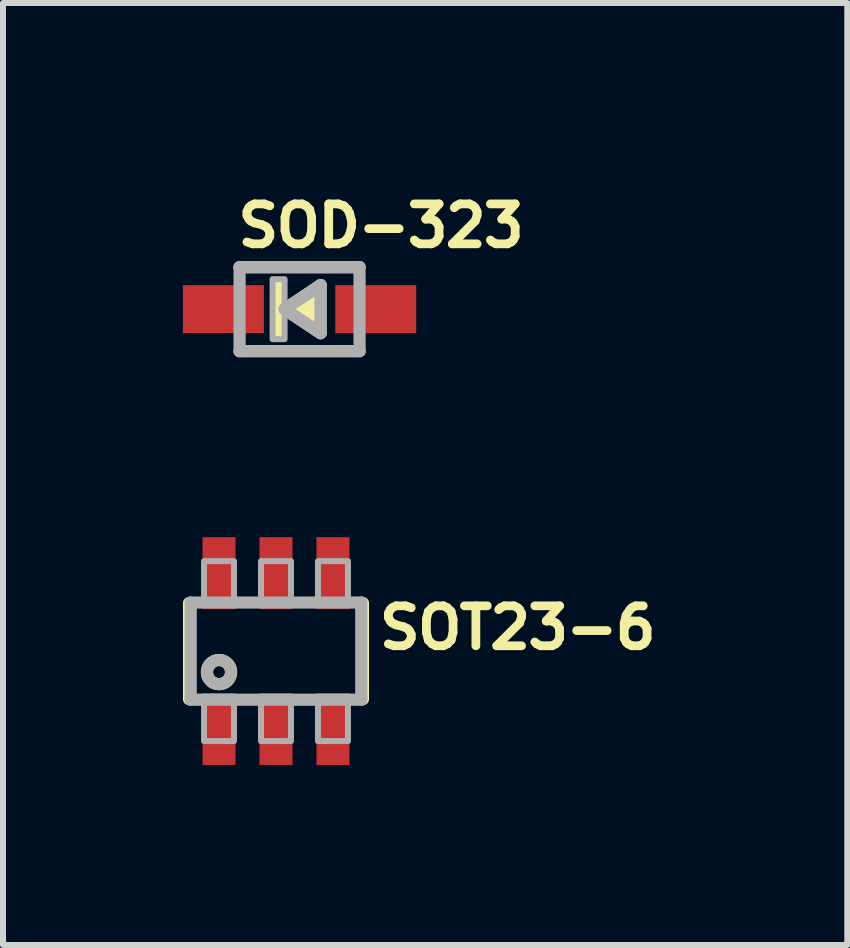
<source format=kicad_pcb>
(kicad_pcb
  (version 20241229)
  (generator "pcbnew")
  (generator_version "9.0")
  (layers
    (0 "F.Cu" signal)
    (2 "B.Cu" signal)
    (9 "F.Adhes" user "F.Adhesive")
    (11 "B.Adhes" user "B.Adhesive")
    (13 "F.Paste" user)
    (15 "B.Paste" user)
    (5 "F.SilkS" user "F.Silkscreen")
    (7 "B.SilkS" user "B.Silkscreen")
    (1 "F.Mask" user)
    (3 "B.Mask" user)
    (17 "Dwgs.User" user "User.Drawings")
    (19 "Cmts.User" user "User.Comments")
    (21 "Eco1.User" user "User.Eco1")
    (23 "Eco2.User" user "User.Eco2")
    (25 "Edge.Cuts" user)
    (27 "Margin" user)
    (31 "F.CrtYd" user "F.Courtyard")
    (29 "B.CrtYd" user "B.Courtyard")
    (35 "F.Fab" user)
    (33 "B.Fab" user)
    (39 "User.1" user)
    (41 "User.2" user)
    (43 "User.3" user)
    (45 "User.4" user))
  (footprint "SOD-323"
    (layer "F.Cu")
    (at 1.945 2.105)
    (property "Reference" "SOD-323" (at -1.1 -1 0) (layer "F.SilkS") (effects (font (size 0.666 0.666) (thickness 0.146)) (justify left bottom)))
    (fp_line (start -1 -0.7) (end 1 -0.7) (stroke (width 0.203) (type solid)) (layer "F.SilkS"))
    (fp_line (start -0.25 0) (end 0.35 -0.4) (stroke (width 0.203) (type solid)) (layer "F.SilkS"))
    (fp_line (start 0.35 -0.4) (end 0.35 0.4) (stroke (width 0.203) (type solid)) (layer "F.SilkS"))
    (fp_line (start 0.35 0.4) (end -0.25 0) (stroke (width 0.203) (type solid)) (layer "F.SilkS"))
    (fp_line (start 1 0.7) (end -1 0.7) (stroke (width 0.203) (type solid)) (layer "F.SilkS"))
    (fp_poly (pts (xy 0.302 0.39) (xy -0.283 0) (xy 0.302 -0.39)) (stroke (width 0) (type default)) (fill yes) (layer "F.SilkS"))
    (fp_poly (pts (xy -0.45 0.5) (xy -0.25 0.5) (xy -0.25 -0.5) (xy -0.45 -0.5)) (stroke (width 0) (type default)) (fill yes) (layer "F.SilkS"))
    (fp_line (start -1 -0.7) (end 1 -0.7) (stroke (width 0.203) (type solid)) (layer "F.Fab"))
    (fp_line (start -1 0.7) (end -1 -0.7) (stroke (width 0.203) (type solid)) (layer "F.Fab"))
    (fp_line (start -0.25 0) (end 0.35 -0.4) (stroke (width 0.203) (type solid)) (layer "F.Fab"))
    (fp_line (start 0.35 -0.4) (end 0.35 0.4) (stroke (width 0.203) (type solid)) (layer "F.Fab"))
    (fp_line (start 0.35 0.4) (end -0.25 0) (stroke (width 0.203) (type solid)) (layer "F.Fab"))
    (fp_line (start 1 -0.7) (end 1 0.7) (stroke (width 0.203) (type solid)) (layer "F.Fab"))
    (fp_line (start 1 0.7) (end -1 0.7) (stroke (width 0.203) (type solid)) (layer "F.Fab"))
    (fp_poly (pts (xy 0.302 0.39) (xy -0.283 0) (xy 0.302 -0.39)) (stroke (width 0.1) (type default)) (fill no) (layer "F.Fab"))
    (fp_poly (pts (xy -0.45 0.5) (xy -0.25 0.5) (xy -0.25 -0.5) (xy -0.45 -0.5)) (stroke (width 0.1) (type default)) (fill no) (layer "F.Fab"))
    (pad "A" smd rect (at 1.27 0) (size 1.35 0.8) (layers "F.Cu" "F.Mask" "F.Paste"))
    (pad "C" smd rect (at -1.27 0) (size 1.35 0.8) (layers "F.Cu" "F.Mask" "F.Paste")))
  (footprint "SOT23-6"
    (layer "F.Cu")
    (at 1.552 7.807)
    (property "Reference" "SOT23-6" (at 1.651 0 0) (layer "F.SilkS") (effects (font (size 0.666 0.666) (thickness 0.146)) (justify left bottom)))
    (fp_line (start -1.45 -0.8) (end -1.45 0.8) (stroke (width 0.203) (type solid)) (layer "F.SilkS"))
    (fp_line (start 1.45 0.8) (end 1.45 -0.8) (stroke (width 0.203) (type solid)) (layer "F.SilkS"))
    (fp_circle (center -0.95 0.35) (end -0.85 0.35) (stroke (width 0.203) (type solid)) (fill no) (layer "F.SilkS"))
    (fp_line (start -1.422 -0.81) (end 1.422 -0.81) (stroke (width 0.203) (type solid)) (layer "F.Fab"))
    (fp_line (start -1.422 0.81) (end -1.422 -0.81) (stroke (width 0.203) (type solid)) (layer "F.Fab"))
    (fp_line (start 1.422 -0.81) (end 1.422 0.81) (stroke (width 0.203) (type solid)) (layer "F.Fab"))
    (fp_line (start 1.422 0.81) (end -1.422 0.81) (stroke (width 0.203) (type solid)) (layer "F.Fab"))
    (fp_circle (center -0.95 0.35) (end -0.85 0.35) (stroke (width 0.203) (type solid)) (fill no) (layer "F.Fab"))
    (fp_poly (pts (xy -1.2 -0.85) (xy -0.7 -0.85) (xy -0.7 -1.5) (xy -1.2 -1.5)) (stroke (width 0.1) (type default)) (fill no) (layer "F.Fab"))
    (fp_poly (pts (xy -1.2 1.5) (xy -0.7 1.5) (xy -0.7 0.85) (xy -1.2 0.85)) (stroke (width 0.1) (type default)) (fill no) (layer "F.Fab"))
    (fp_poly (pts (xy -0.25 -0.85) (xy 0.25 -0.85) (xy 0.25 -1.5) (xy -0.25 -1.5)) (stroke (width 0.1) (type default)) (fill no) (layer "F.Fab"))
    (fp_poly (pts (xy -0.25 1.5) (xy 0.25 1.5) (xy 0.25 0.85) (xy -0.25 0.85)) (stroke (width 0.1) (type default)) (fill no) (layer "F.Fab"))
    (fp_poly (pts (xy 0.7 -0.85) (xy 1.2 -0.85) (xy 1.2 -1.5) (xy 0.7 -1.5)) (stroke (width 0.1) (type default)) (fill no) (layer "F.Fab"))
    (fp_poly (pts (xy 0.7 1.5) (xy 1.2 1.5) (xy 1.2 0.85) (xy 0.7 0.85)) (stroke (width 0.1) (type default)) (fill no) (layer "F.Fab"))
    (pad "1" smd rect (at -0.95 1.3) (size 0.55 1.2) (layers "F.Cu" "F.Mask" "F.Paste"))
    (pad "2" smd rect (at 0 1.3) (size 0.55 1.2) (layers "F.Cu" "F.Mask" "F.Paste"))
    (pad "3" smd rect (at 0.95 1.3) (size 0.55 1.2) (layers "F.Cu" "F.Mask" "F.Paste"))
    (pad "4" smd rect (at 0.95 -1.3) (size 0.55 1.2) (layers "F.Cu" "F.Mask" "F.Paste"))
    (pad "5" smd rect (at 0 -1.3) (size 0.55 1.2) (layers "F.Cu" "F.Mask" "F.Paste"))
    (pad "6" smd rect (at -0.95 -1.3) (size 0.55 1.2) (layers "F.Cu" "F.Mask" "F.Paste")))
  (gr_rect
    (start -3 -3)
    (end 11.078 12.707)
    (stroke (width 0.1) (type default))
    (fill no)
    (layer "Edge.Cuts")))
</source>
